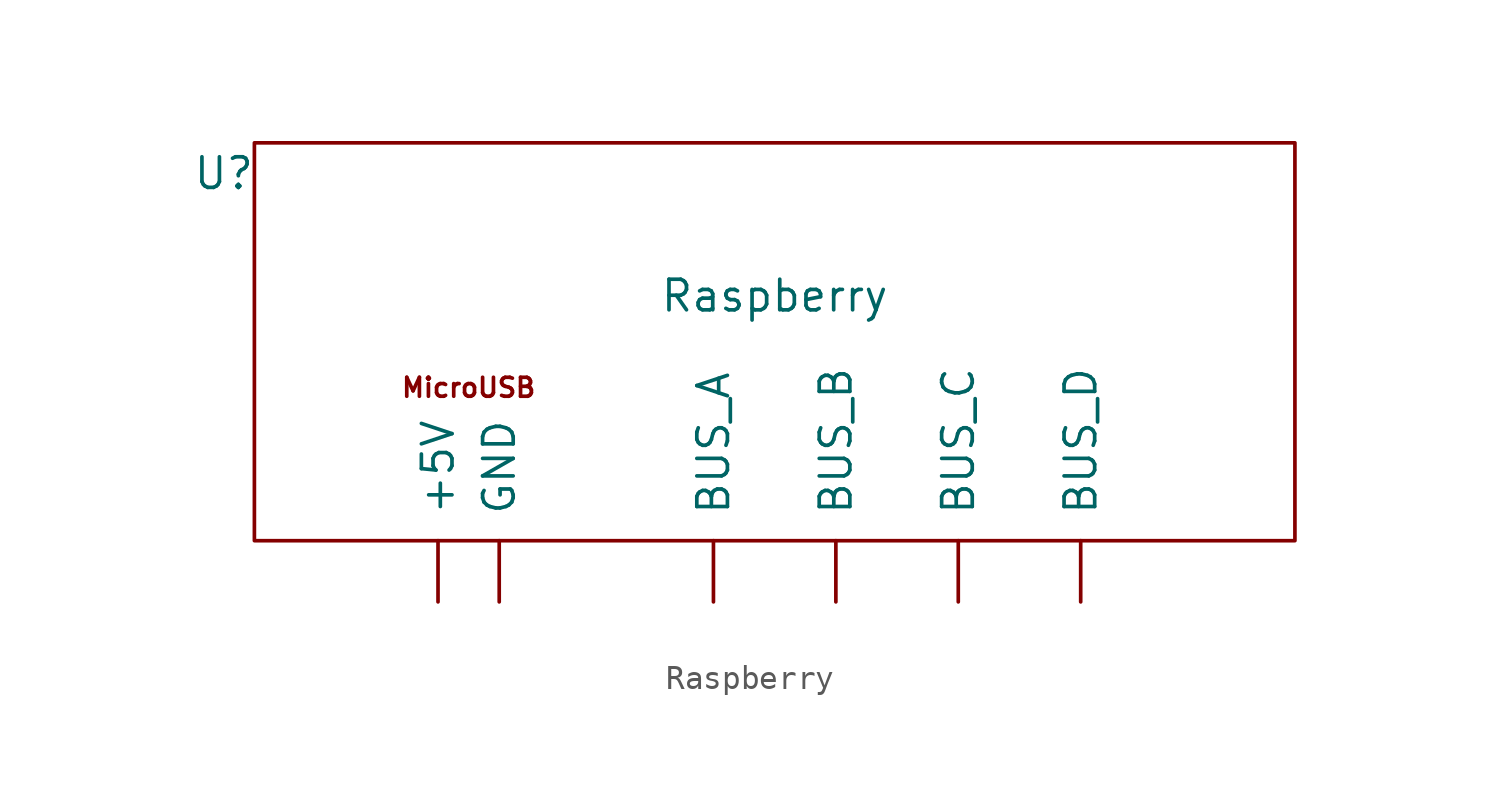
<source format=kicad_sym>
(kicad_symbol_lib
  (version 20210619)
  (generator kicad_symbol_editor)
  (symbol "tinkerforge:Raspberry"
    (pin_names
      (offset 1.016))
    (property "Reference" "U"
      (at -22.86 13.97 0)
      (effects (font (size 1.27 1.27))))
    (property "Value" "Raspberry"
      (at 0 8.89 0)
      (effects (font (size 1.27 1.27))))
    (symbol "Raspberry_0_0"
      (text "MicroUSB" (at -12.7 5.08 0) (effects (font (size 0.787 0.787))))
      (rectangle (start -21.59 15.24) (end 21.59 -1.27) (stroke (width 0)) (fill (type none))))
    (symbol "Raspberry_1_1"
      (pin output line (at -13.97 -3.81 90) (length 2.54) (name "+5V" (effects (font (size 1.27 1.27)))) (number "~" (effects (font (size 1.27 1.27)))))
      (pin output line (at -2.54 -3.81 90) (length 2.54) (name "BUS_A" (effects (font (size 1.27 1.27)))) (number "~" (effects (font (size 1.27 1.27)))))
      (pin output line (at 2.54 -3.81 90) (length 2.54) (name "BUS_B" (effects (font (size 1.27 1.27)))) (number "~" (effects (font (size 1.27 1.27)))))
      (pin output line (at 7.62 -3.81 90) (length 2.54) (name "BUS_C" (effects (font (size 1.27 1.27)))) (number "~" (effects (font (size 1.27 1.27)))))
      (pin output line (at 12.7 -3.81 90) (length 2.54) (name "BUS_D" (effects (font (size 1.27 1.27)))) (number "~" (effects (font (size 1.27 1.27)))))
      (pin output line (at -11.43 -3.81 90) (length 2.54) (name "GND" (effects (font (size 1.27 1.27)))) (number "~" (effects (font (size 1.27 1.27))))))))
</source>
